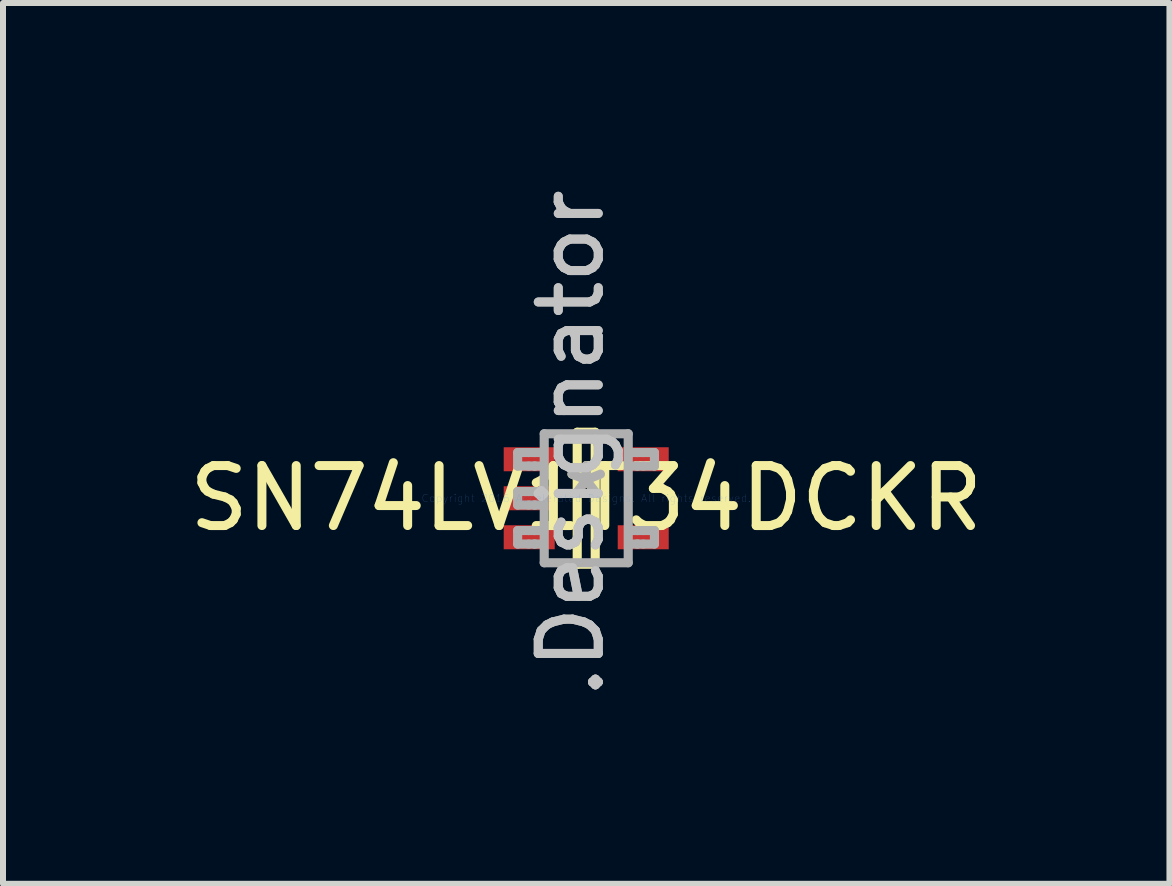
<source format=kicad_pcb>
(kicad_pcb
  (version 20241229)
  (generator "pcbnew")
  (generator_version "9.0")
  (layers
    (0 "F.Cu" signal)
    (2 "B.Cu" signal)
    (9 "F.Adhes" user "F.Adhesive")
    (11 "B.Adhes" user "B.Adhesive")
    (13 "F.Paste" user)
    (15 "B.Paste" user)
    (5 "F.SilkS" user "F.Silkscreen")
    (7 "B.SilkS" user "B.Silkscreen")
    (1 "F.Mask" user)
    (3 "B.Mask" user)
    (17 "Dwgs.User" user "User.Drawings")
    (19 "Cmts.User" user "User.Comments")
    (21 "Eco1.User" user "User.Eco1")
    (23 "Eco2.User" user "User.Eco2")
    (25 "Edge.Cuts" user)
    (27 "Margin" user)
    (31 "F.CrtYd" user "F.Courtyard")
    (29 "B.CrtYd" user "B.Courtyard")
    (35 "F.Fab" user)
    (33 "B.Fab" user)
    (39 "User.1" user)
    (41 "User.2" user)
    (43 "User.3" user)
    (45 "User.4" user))
  (footprint "SN74LV1T34DCKR"
    (layer "F.Cu")
    (at 6.72 5.254)
    (property "Reference" "SN74LV1T34DCKR" (at 0 0 0) (layer "F.SilkS") (effects (font (size 1 1) (thickness 0.15))))
    (attr through_hole)
    (fp_line (start -0.15 -1.1) (end 0.15 -1.1) (stroke (width 0.152) (type solid)) (layer "F.SilkS"))
    (fp_line (start -0.15 1.1) (end -0.15 -1.1) (stroke (width 0.152) (type solid)) (layer "F.SilkS"))
    (fp_line (start -0.15 1.1) (end 0.15 1.1) (stroke (width 0.152) (type solid)) (layer "F.SilkS"))
    (fp_line (start 0.15 1.1) (end 0.15 -1.1) (stroke (width 0.152) (type solid)) (layer "F.SilkS"))
    (fp_line (start -1.143 -0.762) (end -0.959 -0.762) (stroke (width 0.152) (type solid)) (layer "F.Fab"))
    (fp_line (start -1.143 -0.537) (end -1.143 -0.762) (stroke (width 0.152) (type solid)) (layer "F.Fab"))
    (fp_line (start -1.143 -0.537) (end -0.959 -0.537) (stroke (width 0.152) (type solid)) (layer "F.Fab"))
    (fp_line (start -1.143 -0.112) (end -0.959 -0.112) (stroke (width 0.152) (type solid)) (layer "F.Fab"))
    (fp_line (start -1.143 0.113) (end -1.143 -0.112) (stroke (width 0.152) (type solid)) (layer "F.Fab"))
    (fp_line (start -1.143 0.113) (end -0.959 0.113) (stroke (width 0.152) (type solid)) (layer "F.Fab"))
    (fp_line (start -1.143 0.538) (end -0.959 0.538) (stroke (width 0.152) (type solid)) (layer "F.Fab"))
    (fp_line (start -1.143 0.763) (end -1.143 0.538) (stroke (width 0.152) (type solid)) (layer "F.Fab"))
    (fp_line (start -1.143 0.763) (end -0.959 0.763) (stroke (width 0.152) (type solid)) (layer "F.Fab"))
    (fp_line (start -0.959 -0.762) (end -0.711 -0.762) (stroke (width 0.152) (type solid)) (layer "F.Fab"))
    (fp_line (start -0.959 -0.537) (end -0.865 -0.537) (stroke (width 0.152) (type solid)) (layer "F.Fab"))
    (fp_line (start -0.959 -0.112) (end -0.865 -0.112) (stroke (width 0.152) (type solid)) (layer "F.Fab"))
    (fp_line (start -0.959 0.113) (end -0.865 0.113) (stroke (width 0.152) (type solid)) (layer "F.Fab"))
    (fp_line (start -0.959 0.538) (end -0.865 0.538) (stroke (width 0.152) (type solid)) (layer "F.Fab"))
    (fp_line (start -0.959 0.763) (end -0.865 0.763) (stroke (width 0.152) (type solid)) (layer "F.Fab"))
    (fp_line (start -0.865 -0.762) (end -0.853 -0.762) (stroke (width 0.152) (type solid)) (layer "F.Fab"))
    (fp_line (start -0.865 -0.537) (end -0.853 -0.537) (stroke (width 0.152) (type solid)) (layer "F.Fab"))
    (fp_line (start -0.865 -0.112) (end -0.853 -0.112) (stroke (width 0.152) (type solid)) (layer "F.Fab"))
    (fp_line (start -0.865 0.113) (end -0.853 0.113) (stroke (width 0.152) (type solid)) (layer "F.Fab"))
    (fp_line (start -0.865 0.538) (end -0.853 0.538) (stroke (width 0.152) (type solid)) (layer "F.Fab"))
    (fp_line (start -0.865 0.763) (end -0.853 0.763) (stroke (width 0.152) (type solid)) (layer "F.Fab"))
    (fp_line (start -0.853 -0.537) (end -0.711 -0.537) (stroke (width 0.152) (type solid)) (layer "F.Fab"))
    (fp_line (start -0.853 -0.112) (end -0.711 -0.112) (stroke (width 0.152) (type solid)) (layer "F.Fab"))
    (fp_line (start -0.853 0.113) (end -0.711 0.113) (stroke (width 0.152) (type solid)) (layer "F.Fab"))
    (fp_line (start -0.853 0.538) (end -0.711 0.538) (stroke (width 0.152) (type solid)) (layer "F.Fab"))
    (fp_line (start -0.853 0.763) (end -0.711 0.763) (stroke (width 0.152) (type solid)) (layer "F.Fab"))
    (fp_line (start -0.7 -1.075) (end 0.7 -1.075) (stroke (width 0.152) (type solid)) (layer "F.Fab"))
    (fp_line (start -0.7 1.075) (end -0.7 -1.075) (stroke (width 0.152) (type solid)) (layer "F.Fab"))
    (fp_line (start -0.7 1.075) (end 0.7 1.075) (stroke (width 0.152) (type solid)) (layer "F.Fab"))
    (fp_line (start 0.7 1.075) (end 0.7 -1.075) (stroke (width 0.152) (type solid)) (layer "F.Fab"))
    (fp_line (start 0.711 -0.762) (end 0.847 -0.762) (stroke (width 0.152) (type solid)) (layer "F.Fab"))
    (fp_line (start 0.711 -0.537) (end 0.847 -0.537) (stroke (width 0.152) (type solid)) (layer "F.Fab"))
    (fp_line (start 0.711 0.538) (end 0.847 0.538) (stroke (width 0.152) (type solid)) (layer "F.Fab"))
    (fp_line (start 0.711 0.763) (end 0.847 0.763) (stroke (width 0.152) (type solid)) (layer "F.Fab"))
    (fp_line (start 0.847 -0.762) (end 0.859 -0.762) (stroke (width 0.152) (type solid)) (layer "F.Fab"))
    (fp_line (start 0.847 -0.537) (end 0.859 -0.537) (stroke (width 0.152) (type solid)) (layer "F.Fab"))
    (fp_line (start 0.847 0.538) (end 0.859 0.538) (stroke (width 0.152) (type solid)) (layer "F.Fab"))
    (fp_line (start 0.847 0.763) (end 0.859 0.763) (stroke (width 0.152) (type solid)) (layer "F.Fab"))
    (fp_line (start 0.859 -0.762) (end 0.953 -0.762) (stroke (width 0.152) (type solid)) (layer "F.Fab"))
    (fp_line (start 0.859 -0.537) (end 0.953 -0.537) (stroke (width 0.152) (type solid)) (layer "F.Fab"))
    (fp_line (start 0.859 0.538) (end 0.953 0.538) (stroke (width 0.152) (type solid)) (layer "F.Fab"))
    (fp_line (start 0.859 0.763) (end 0.953 0.763) (stroke (width 0.152) (type solid)) (layer "F.Fab"))
    (fp_line (start 0.953 -0.762) (end 1.137 -0.762) (stroke (width 0.152) (type solid)) (layer "F.Fab"))
    (fp_line (start 0.953 -0.537) (end 1.137 -0.537) (stroke (width 0.152) (type solid)) (layer "F.Fab"))
    (fp_line (start 0.953 0.538) (end 1.137 0.538) (stroke (width 0.152) (type solid)) (layer "F.Fab"))
    (fp_line (start 0.953 0.763) (end 1.137 0.763) (stroke (width 0.152) (type solid)) (layer "F.Fab"))
    (fp_line (start 1.137 -0.537) (end 1.137 -0.762) (stroke (width 0.152) (type solid)) (layer "F.Fab"))
    (fp_line (start 1.137 0.763) (end 1.137 0.538) (stroke (width 0.152) (type solid)) (layer "F.Fab"))
    (fp_text user "*" (at 0 0 0) (layer "F.SilkS") (effects (font (size 1 1) (thickness 0.15))))
    (fp_text user ".Designator" (at -0.254 -0.914 270) (layer "Dwgs.User") (effects (font (size 1 1) (thickness 0.15))))
    (fp_text user "Copyright 2016 Accelerated Designs. All rights reserved." (at 0 0 0) (layer "Cmts.User") (effects (font (size 0.127 0.127) (thickness 0.002))))
    (fp_text user "*" (at 0 0 0) (layer "F.Fab") (effects (font (size 1 1) (thickness 0.15))))
    (fp_text user ".Designator" (at -0.254 -0.914 270) (layer "F.Fab") (effects (font (size 1 1) (thickness 0.15))))
    (pad "1" smd rect (at -0.95 -0.65 90) (size 0.4 0.85) (layers "F.Cu" "F.Mask" "F.Paste"))
    (pad "2" smd rect (at -0.95 0 90) (size 0.4 0.85) (layers "F.Cu" "F.Mask" "F.Paste"))
    (pad "3" smd rect (at -0.95 0.65 90) (size 0.4 0.85) (layers "F.Cu" "F.Mask" "F.Paste"))
    (pad "4" smd rect (at 0.95 0.65 90) (size 0.4 0.85) (layers "F.Cu" "F.Mask" "F.Paste"))
    (pad "5" smd rect (at 0.95 -0.65 90) (size 0.4 0.85) (layers "F.Cu" "F.Mask" "F.Paste")))
  (gr_rect
    (start -3 -3)
    (end 16.44 11.679)
    (stroke (width 0.1) (type default))
    (fill no)
    (layer "Edge.Cuts")))
</source>
